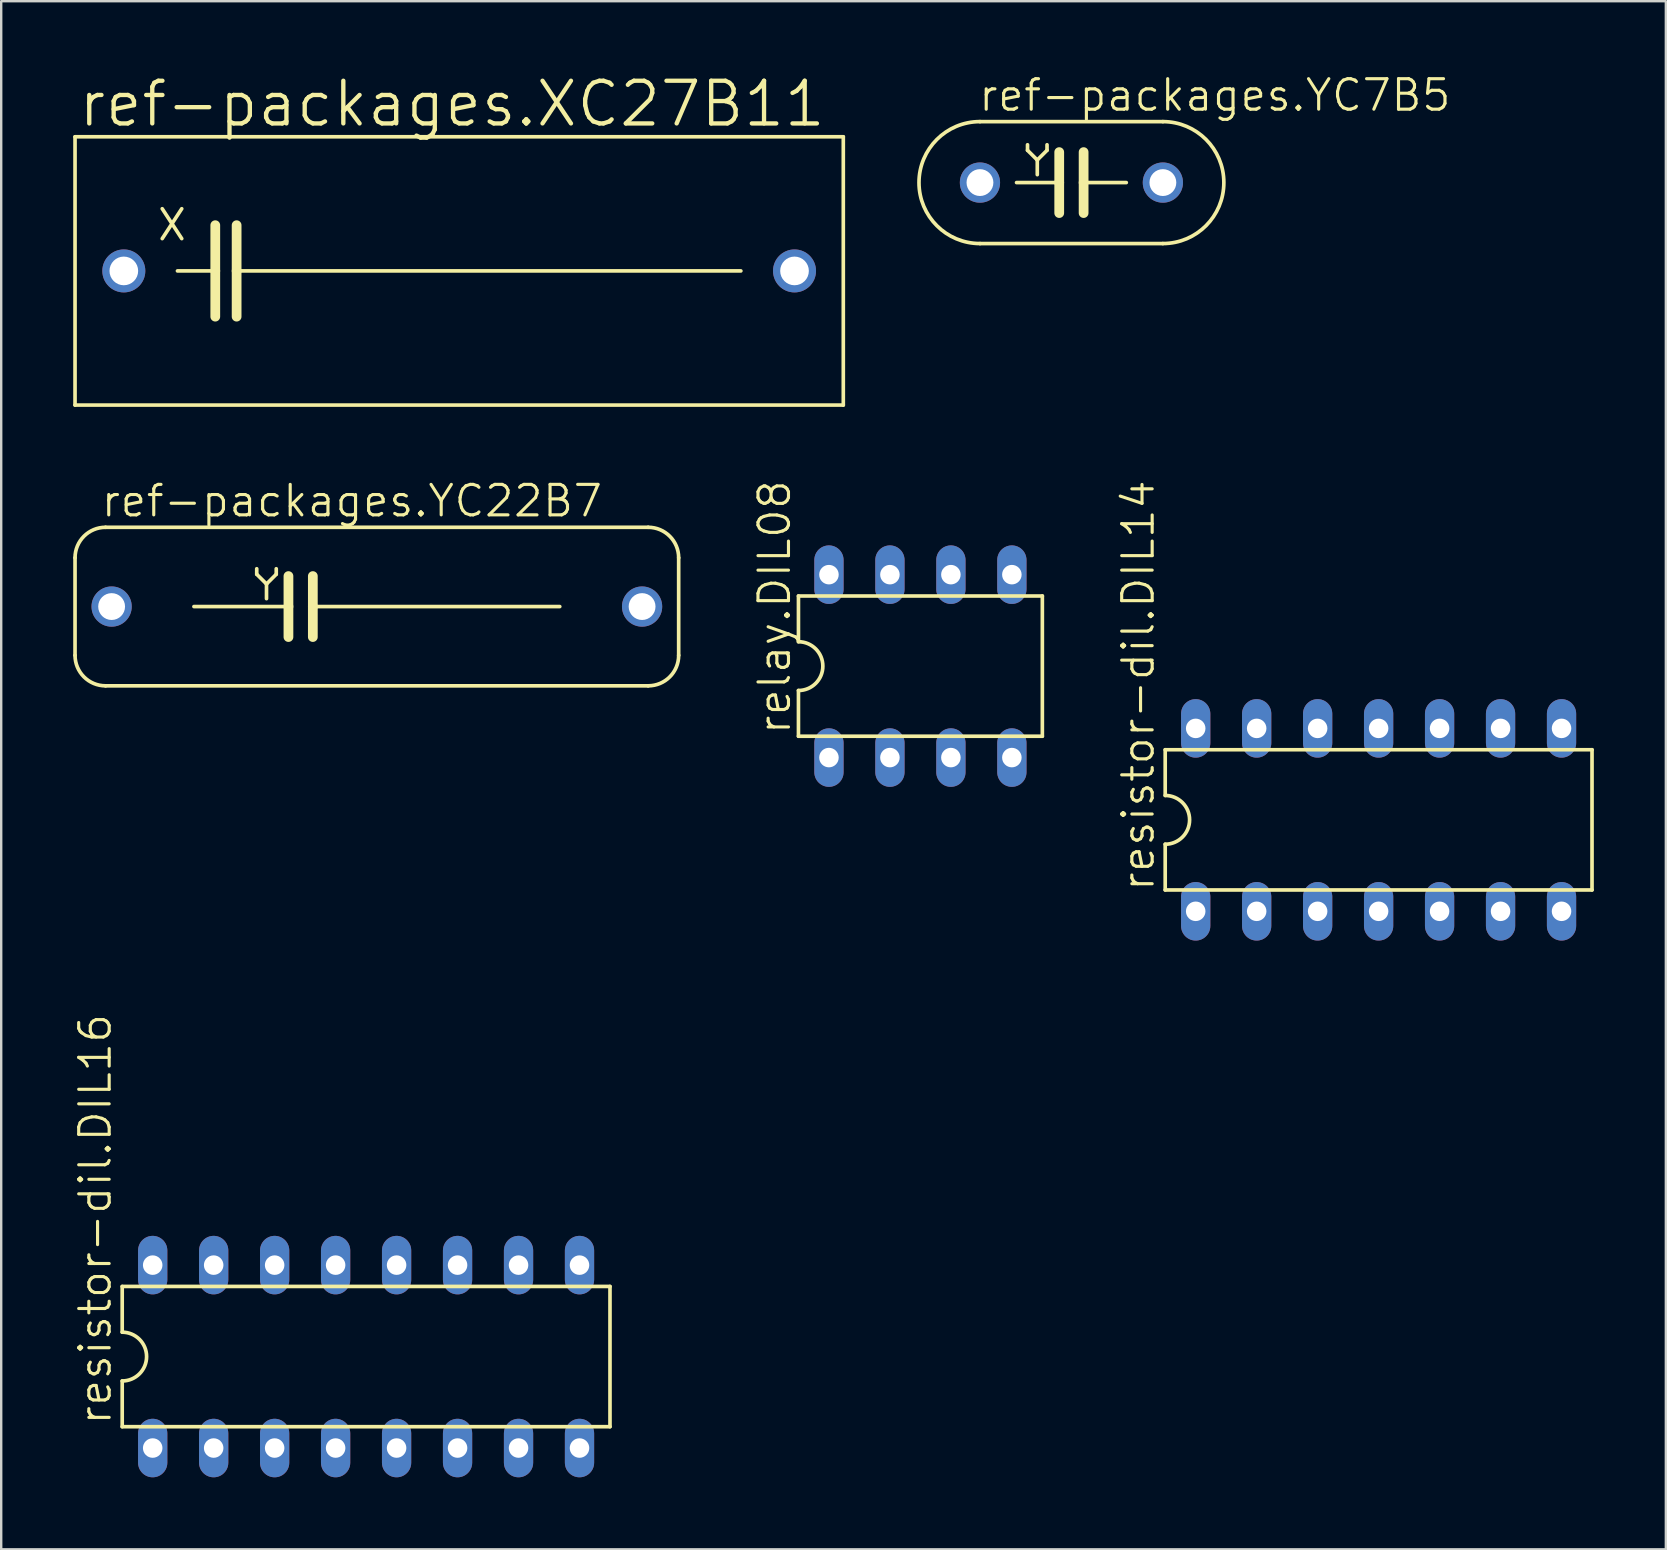
<source format=kicad_pcb>
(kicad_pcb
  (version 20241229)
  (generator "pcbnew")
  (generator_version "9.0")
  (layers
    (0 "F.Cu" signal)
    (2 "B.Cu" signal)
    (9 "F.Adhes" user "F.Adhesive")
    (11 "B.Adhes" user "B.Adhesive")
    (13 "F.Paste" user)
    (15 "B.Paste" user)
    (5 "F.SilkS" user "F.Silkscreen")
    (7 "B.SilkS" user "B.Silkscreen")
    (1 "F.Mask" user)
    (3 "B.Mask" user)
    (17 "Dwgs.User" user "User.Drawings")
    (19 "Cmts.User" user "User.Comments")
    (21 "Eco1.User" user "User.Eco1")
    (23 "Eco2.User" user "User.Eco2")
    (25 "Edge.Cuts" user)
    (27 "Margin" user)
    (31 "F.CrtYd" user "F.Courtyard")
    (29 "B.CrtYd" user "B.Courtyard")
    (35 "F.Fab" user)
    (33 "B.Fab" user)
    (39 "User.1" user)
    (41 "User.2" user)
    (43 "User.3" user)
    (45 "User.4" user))
  (footprint "ref-packages.YC22B7"
    (layer "F.Cu")
    (at 12.649 22.218)
    (property "Reference" "ref-packages.YC22B7" (at -11.557 -3.658 0) (layer "F.SilkS") (effects (font (size 1.27 1.27) (thickness 0.13)) (justify left bottom)))
    (attr through_hole)
    (fp_line (start -12.573 2.032) (end -12.573 -2.032) (stroke (width 0.152) (type default)) (layer "F.SilkS"))
    (fp_line (start -11.303 -3.302) (end 11.303 -3.302) (stroke (width 0.152) (type default)) (layer "F.SilkS"))
    (fp_line (start -11.303 3.302) (end 11.303 3.302) (stroke (width 0.152) (type default)) (layer "F.SilkS"))
    (fp_line (start -7.62 0) (end -3.683 0) (stroke (width 0.152) (type default)) (layer "F.SilkS"))
    (fp_line (start -5.004 -1.575) (end -5.004 -1.346) (stroke (width 0.152) (type default)) (layer "F.SilkS"))
    (fp_line (start -5.004 -1.346) (end -4.597 -0.94) (stroke (width 0.152) (type default)) (layer "F.SilkS"))
    (fp_line (start -4.597 -0.94) (end -4.597 -0.33) (stroke (width 0.152) (type default)) (layer "F.SilkS"))
    (fp_line (start -4.597 -0.94) (end -4.191 -1.346) (stroke (width 0.152) (type default)) (layer "F.SilkS"))
    (fp_line (start -4.191 -1.346) (end -4.191 -1.575) (stroke (width 0.152) (type default)) (layer "F.SilkS"))
    (fp_line (start -3.683 -1.27) (end -3.683 0) (stroke (width 0.406) (type default)) (layer "F.SilkS"))
    (fp_line (start -3.683 0) (end -3.683 1.27) (stroke (width 0.406) (type default)) (layer "F.SilkS"))
    (fp_line (start -2.667 -1.27) (end -2.667 0) (stroke (width 0.406) (type default)) (layer "F.SilkS"))
    (fp_line (start -2.667 0) (end -2.667 1.27) (stroke (width 0.406) (type default)) (layer "F.SilkS"))
    (fp_line (start 7.62 0) (end -2.667 0) (stroke (width 0.152) (type default)) (layer "F.SilkS"))
    (fp_line (start 12.573 2.032) (end 12.573 -2.032) (stroke (width 0.152) (type default)) (layer "F.SilkS"))
    (fp_arc (start -12.573 -2.032) (mid -12.201026 -2.930026) (end -11.303 -3.302) (stroke (width 0.1524) (type default)) (layer "F.SilkS"))
    (fp_arc (start -11.303 3.302) (mid -12.201026 2.930026) (end -12.573 2.032) (stroke (width 0.1524) (type default)) (layer "F.SilkS"))
    (fp_arc (start 11.303 -3.302) (mid 12.201026 -2.930026) (end 12.573 -2.032) (stroke (width 0.1524) (type default)) (layer "F.SilkS"))
    (fp_arc (start 12.573 2.032) (mid 12.201026 2.930026) (end 11.303 3.302) (stroke (width 0.1524) (type default)) (layer "F.SilkS"))
    (pad "1" thru_hole circle (at -11.049 0) (size 1.676 1.676) (drill 1.118) (layers "*.Cu" "*.Mask"))
    (pad "2" thru_hole circle (at 11.049 0) (size 1.676 1.676) (drill 1.118) (layers "*.Cu" "*.Mask")))
  (footprint "ref-packages.XC27B11"
    (layer "F.Cu")
    (at 16.078 8.236)
    (property "Reference" "ref-packages.XC27B11" (at -15.951 -5.918 0) (layer "F.SilkS") (effects (font (size 1.778 1.778) (thickness 0.18)) (justify left bottom)))
    (attr through_hole)
    (fp_line (start -16.002 5.588) (end -16.002 -5.588) (stroke (width 0.152) (type default)) (layer "F.SilkS"))
    (fp_line (start -16.002 5.588) (end 16.002 5.588) (stroke (width 0.152) (type default)) (layer "F.SilkS"))
    (fp_line (start -12.37 -2.591) (end -11.557 -1.346) (stroke (width 0.152) (type default)) (layer "F.SilkS"))
    (fp_line (start -12.37 -1.346) (end -11.557 -2.591) (stroke (width 0.152) (type default)) (layer "F.SilkS"))
    (fp_line (start -11.735 0) (end -10.16 0) (stroke (width 0.152) (type default)) (layer "F.SilkS"))
    (fp_line (start -10.16 -1.905) (end -10.16 0) (stroke (width 0.406) (type default)) (layer "F.SilkS"))
    (fp_line (start -10.16 0) (end -10.16 1.905) (stroke (width 0.406) (type default)) (layer "F.SilkS"))
    (fp_line (start -9.271 -1.905) (end -9.271 0) (stroke (width 0.406) (type default)) (layer "F.SilkS"))
    (fp_line (start -9.271 0) (end -9.271 1.905) (stroke (width 0.406) (type default)) (layer "F.SilkS"))
    (fp_line (start -9.271 0) (end 11.735 0) (stroke (width 0.152) (type default)) (layer "F.SilkS"))
    (fp_line (start 16.002 -5.588) (end -16.002 -5.588) (stroke (width 0.152) (type default)) (layer "F.SilkS"))
    (fp_line (start 16.002 -5.588) (end 16.002 5.588) (stroke (width 0.152) (type default)) (layer "F.SilkS"))
    (pad "1" thru_hole circle (at -13.97 0) (size 1.791 1.791) (drill 1.194) (layers "*.Cu" "*.Mask"))
    (pad "2" thru_hole circle (at 13.97 0) (size 1.791 1.791) (drill 1.194) (layers "*.Cu" "*.Mask")))
  (footprint "ref-packages.YC7B5"
    (layer "F.Cu")
    (at 41.583 4.556)
    (property "Reference" "ref-packages.YC7B5" (at -3.937 -2.896 0) (layer "F.SilkS") (effects (font (size 1.27 1.27) (thickness 0.13)) (justify left bottom)))
    (attr through_hole)
    (fp_line (start -3.81 -2.54) (end 3.81 -2.54) (stroke (width 0.152) (type default)) (layer "F.SilkS"))
    (fp_line (start -3.81 2.54) (end 3.81 2.54) (stroke (width 0.152) (type default)) (layer "F.SilkS"))
    (fp_line (start -2.286 0) (end -0.508 0) (stroke (width 0.152) (type default)) (layer "F.SilkS"))
    (fp_line (start -1.829 -1.575) (end -1.829 -1.346) (stroke (width 0.152) (type default)) (layer "F.SilkS"))
    (fp_line (start -1.829 -1.346) (end -1.422 -0.94) (stroke (width 0.152) (type default)) (layer "F.SilkS"))
    (fp_line (start -1.422 -0.94) (end -1.422 -0.33) (stroke (width 0.152) (type default)) (layer "F.SilkS"))
    (fp_line (start -1.422 -0.94) (end -1.016 -1.346) (stroke (width 0.152) (type default)) (layer "F.SilkS"))
    (fp_line (start -1.016 -1.346) (end -1.016 -1.575) (stroke (width 0.152) (type default)) (layer "F.SilkS"))
    (fp_line (start -0.508 -1.27) (end -0.508 0) (stroke (width 0.406) (type default)) (layer "F.SilkS"))
    (fp_line (start -0.508 0) (end -0.508 1.27) (stroke (width 0.406) (type default)) (layer "F.SilkS"))
    (fp_line (start 0.508 -1.27) (end 0.508 0) (stroke (width 0.406) (type default)) (layer "F.SilkS"))
    (fp_line (start 0.508 0) (end 0.508 1.27) (stroke (width 0.406) (type default)) (layer "F.SilkS"))
    (fp_line (start 2.286 0) (end 0.508 0) (stroke (width 0.152) (type default)) (layer "F.SilkS"))
    (fp_arc (start -3.81 2.54) (mid -6.35 0) (end -3.81 -2.54) (stroke (width 0.1524) (type default)) (layer "F.SilkS"))
    (fp_arc (start 3.81 -2.54) (mid 6.35 0) (end 3.81 2.54) (stroke (width 0.1524) (type default)) (layer "F.SilkS"))
    (pad "1" thru_hole circle (at -3.81 0) (size 1.676 1.676) (drill 1.118) (layers "*.Cu" "*.Mask"))
    (pad "2" thru_hole circle (at 3.81 0) (size 1.676 1.676) (drill 1.118) (layers "*.Cu" "*.Mask")))
  (footprint "resistor-dil.DIL16"
    (layer "F.Cu")
    (at 12.201 53.462)
    (property "Reference" "resistor-dil.DIL16" (at -10.541 2.921 90) (layer "F.SilkS") (effects (font (size 1.27 1.27) (thickness 0.13)) (justify left bottom)))
    (attr through_hole)
    (fp_line (start -10.16 -2.921) (end -10.16 -1.016) (stroke (width 0.152) (type default)) (layer "F.SilkS"))
    (fp_line (start -10.16 2.921) (end -10.16 1.016) (stroke (width 0.152) (type default)) (layer "F.SilkS"))
    (fp_line (start -10.16 2.921) (end 10.16 2.921) (stroke (width 0.152) (type default)) (layer "F.SilkS"))
    (fp_line (start 10.16 -2.921) (end -10.16 -2.921) (stroke (width 0.152) (type default)) (layer "F.SilkS"))
    (fp_line (start 10.16 -2.921) (end 10.16 2.921) (stroke (width 0.152) (type default)) (layer "F.SilkS"))
    (fp_arc (start -10.16 -1.016) (mid -9.144 0) (end -10.16 1.016) (stroke (width 0.1524) (type default)) (layer "F.SilkS"))
    (pad "1" thru_hole oval (at -8.89 3.81 90) (size 2.438 1.219) (drill 0.813) (layers "*.Cu" "*.Mask"))
    (pad "2" thru_hole oval (at -6.35 3.81 90) (size 2.438 1.219) (drill 0.813) (layers "*.Cu" "*.Mask"))
    (pad "3" thru_hole oval (at -3.81 3.81 90) (size 2.438 1.219) (drill 0.813) (layers "*.Cu" "*.Mask"))
    (pad "4" thru_hole oval (at -1.27 3.81 90) (size 2.438 1.219) (drill 0.813) (layers "*.Cu" "*.Mask"))
    (pad "5" thru_hole oval (at 1.27 3.81 90) (size 2.438 1.219) (drill 0.813) (layers "*.Cu" "*.Mask"))
    (pad "6" thru_hole oval (at 3.81 3.81 90) (size 2.438 1.219) (drill 0.813) (layers "*.Cu" "*.Mask"))
    (pad "7" thru_hole oval (at 6.35 3.81 90) (size 2.438 1.219) (drill 0.813) (layers "*.Cu" "*.Mask"))
    (pad "8" thru_hole oval (at 8.89 3.81 90) (size 2.438 1.219) (drill 0.813) (layers "*.Cu" "*.Mask"))
    (pad "9" thru_hole oval (at 8.89 -3.81 90) (size 2.438 1.219) (drill 0.813) (layers "*.Cu" "*.Mask"))
    (pad "10" thru_hole oval (at 6.35 -3.81 90) (size 2.438 1.219) (drill 0.813) (layers "*.Cu" "*.Mask"))
    (pad "11" thru_hole oval (at 3.81 -3.81 90) (size 2.438 1.219) (drill 0.813) (layers "*.Cu" "*.Mask"))
    (pad "12" thru_hole oval (at 1.27 -3.81 90) (size 2.438 1.219) (drill 0.813) (layers "*.Cu" "*.Mask"))
    (pad "13" thru_hole oval (at -1.27 -3.81 90) (size 2.438 1.219) (drill 0.813) (layers "*.Cu" "*.Mask"))
    (pad "14" thru_hole oval (at -3.81 -3.81 90) (size 2.438 1.219) (drill 0.813) (layers "*.Cu" "*.Mask"))
    (pad "15" thru_hole oval (at -6.35 -3.81 90) (size 2.438 1.219) (drill 0.813) (layers "*.Cu" "*.Mask"))
    (pad "16" thru_hole oval (at -8.89 -3.81 90) (size 2.438 1.219) (drill 0.813) (layers "*.Cu" "*.Mask")))
  (footprint "relay.DIL08"
    (layer "F.Cu")
    (at 35.292 24.699)
    (property "Reference" "relay.DIL08" (at -5.334 2.921 90) (layer "F.SilkS") (effects (font (size 1.27 1.27) (thickness 0.13)) (justify left bottom)))
    (attr through_hole)
    (fp_line (start -5.08 -2.921) (end -5.08 -1.016) (stroke (width 0.152) (type default)) (layer "F.SilkS"))
    (fp_line (start -5.08 2.921) (end -5.08 1.016) (stroke (width 0.152) (type default)) (layer "F.SilkS"))
    (fp_line (start -5.08 2.921) (end 5.08 2.921) (stroke (width 0.152) (type default)) (layer "F.SilkS"))
    (fp_line (start 5.08 -2.921) (end -5.08 -2.921) (stroke (width 0.152) (type default)) (layer "F.SilkS"))
    (fp_line (start 5.08 -2.921) (end 5.08 2.921) (stroke (width 0.152) (type default)) (layer "F.SilkS"))
    (fp_arc (start -5.08 -1.016) (mid -4.064 0) (end -5.08 1.016) (stroke (width 0.1524) (type default)) (layer "F.SilkS"))
    (pad "1" thru_hole oval (at -3.81 3.81 90) (size 2.438 1.219) (drill 0.813) (layers "*.Cu" "*.Mask"))
    (pad "2" thru_hole oval (at -1.27 3.81 90) (size 2.438 1.219) (drill 0.813) (layers "*.Cu" "*.Mask"))
    (pad "3" thru_hole oval (at 1.27 3.81 90) (size 2.438 1.219) (drill 0.813) (layers "*.Cu" "*.Mask"))
    (pad "4" thru_hole oval (at 3.81 3.81 90) (size 2.438 1.219) (drill 0.813) (layers "*.Cu" "*.Mask"))
    (pad "5" thru_hole oval (at 3.81 -3.81 90) (size 2.438 1.219) (drill 0.813) (layers "*.Cu" "*.Mask"))
    (pad "6" thru_hole oval (at 1.27 -3.81 90) (size 2.438 1.219) (drill 0.813) (layers "*.Cu" "*.Mask"))
    (pad "7" thru_hole oval (at -1.27 -3.81 90) (size 2.438 1.219) (drill 0.813) (layers "*.Cu" "*.Mask"))
    (pad "8" thru_hole oval (at -3.81 -3.81 90) (size 2.438 1.219) (drill 0.813) (layers "*.Cu" "*.Mask")))
  (footprint "resistor-dil.DIL14"
    (layer "F.Cu")
    (at 54.38 31.103)
    (property "Reference" "resistor-dil.DIL14" (at -9.271 3.048 90) (layer "F.SilkS") (effects (font (size 1.27 1.27) (thickness 0.13)) (justify left bottom)))
    (attr through_hole)
    (fp_line (start -8.89 -2.921) (end -8.89 -1.016) (stroke (width 0.152) (type default)) (layer "F.SilkS"))
    (fp_line (start -8.89 2.921) (end -8.89 1.016) (stroke (width 0.152) (type default)) (layer "F.SilkS"))
    (fp_line (start -8.89 2.921) (end 8.89 2.921) (stroke (width 0.152) (type default)) (layer "F.SilkS"))
    (fp_line (start 8.89 -2.921) (end -8.89 -2.921) (stroke (width 0.152) (type default)) (layer "F.SilkS"))
    (fp_line (start 8.89 -2.921) (end 8.89 2.921) (stroke (width 0.152) (type default)) (layer "F.SilkS"))
    (fp_arc (start -8.89 -1.016) (mid -7.874 0) (end -8.89 1.016) (stroke (width 0.1524) (type default)) (layer "F.SilkS"))
    (pad "1" thru_hole oval (at -7.62 3.81 90) (size 2.438 1.219) (drill 0.813) (layers "*.Cu" "*.Mask"))
    (pad "2" thru_hole oval (at -5.08 3.81 90) (size 2.438 1.219) (drill 0.813) (layers "*.Cu" "*.Mask"))
    (pad "3" thru_hole oval (at -2.54 3.81 90) (size 2.438 1.219) (drill 0.813) (layers "*.Cu" "*.Mask"))
    (pad "4" thru_hole oval (at 0 3.81 90) (size 2.438 1.219) (drill 0.813) (layers "*.Cu" "*.Mask"))
    (pad "5" thru_hole oval (at 2.54 3.81 90) (size 2.438 1.219) (drill 0.813) (layers "*.Cu" "*.Mask"))
    (pad "6" thru_hole oval (at 5.08 3.81 90) (size 2.438 1.219) (drill 0.813) (layers "*.Cu" "*.Mask"))
    (pad "7" thru_hole oval (at 7.62 3.81 90) (size 2.438 1.219) (drill 0.813) (layers "*.Cu" "*.Mask"))
    (pad "8" thru_hole oval (at 7.62 -3.81 90) (size 2.438 1.219) (drill 0.813) (layers "*.Cu" "*.Mask"))
    (pad "9" thru_hole oval (at 5.08 -3.81 90) (size 2.438 1.219) (drill 0.813) (layers "*.Cu" "*.Mask"))
    (pad "10" thru_hole oval (at 2.54 -3.81 90) (size 2.438 1.219) (drill 0.813) (layers "*.Cu" "*.Mask"))
    (pad "11" thru_hole oval (at 0 -3.81 90) (size 2.438 1.219) (drill 0.813) (layers "*.Cu" "*.Mask"))
    (pad "12" thru_hole oval (at -2.54 -3.81 90) (size 2.438 1.219) (drill 0.813) (layers "*.Cu" "*.Mask"))
    (pad "13" thru_hole oval (at -5.08 -3.81 90) (size 2.438 1.219) (drill 0.813) (layers "*.Cu" "*.Mask"))
    (pad "14" thru_hole oval (at -7.62 -3.81 90) (size 2.438 1.219) (drill 0.813) (layers "*.Cu" "*.Mask")))
  (gr_rect
    (start -3 -3)
    (end 66.346 61.491)
    (stroke (width 0.1) (type default))
    (fill no)
    (layer "Edge.Cuts")))
</source>
